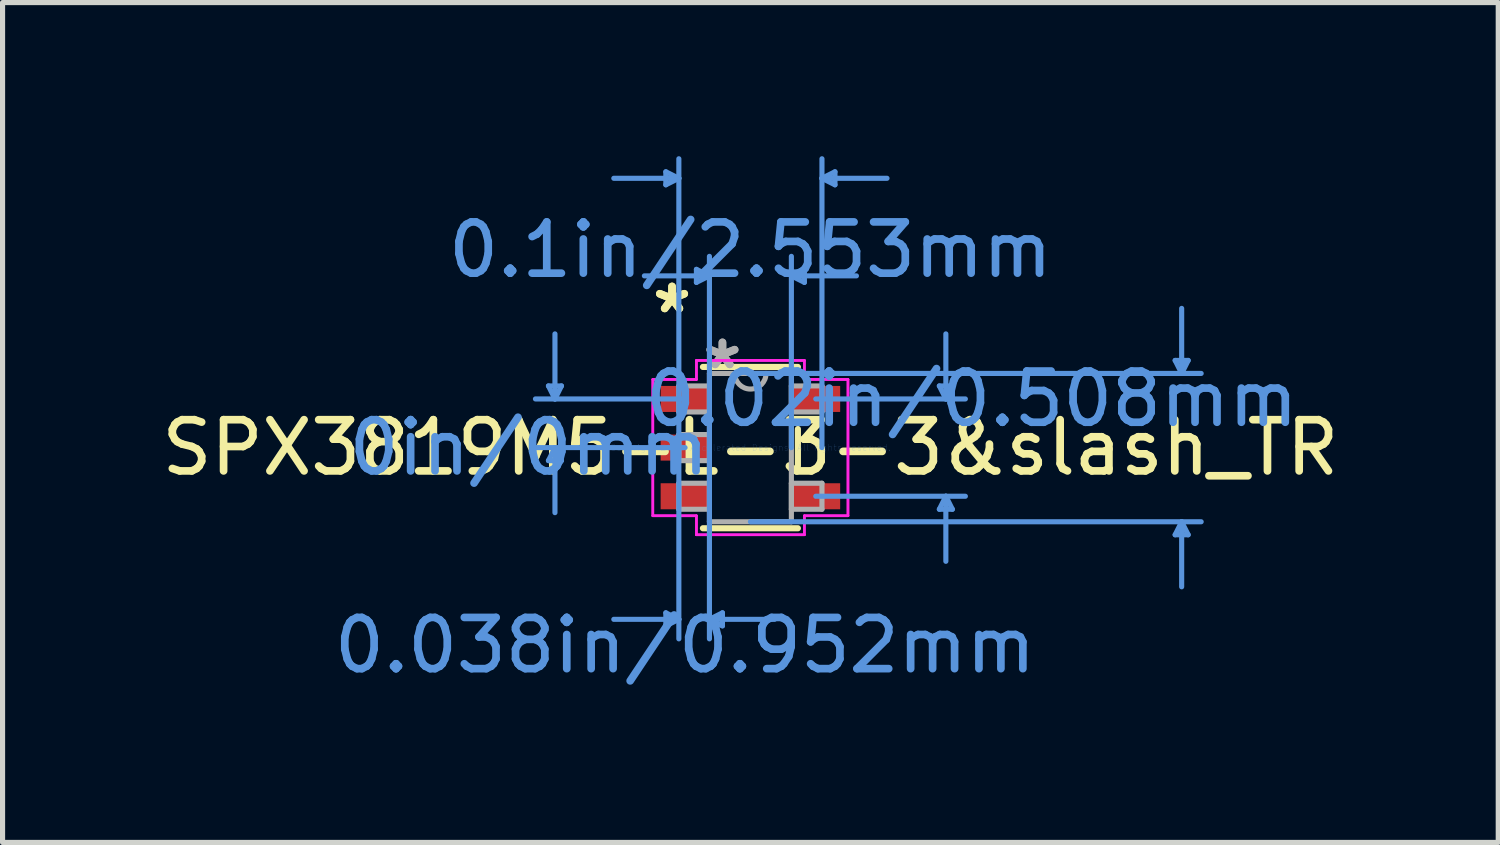
<source format=kicad_pcb>
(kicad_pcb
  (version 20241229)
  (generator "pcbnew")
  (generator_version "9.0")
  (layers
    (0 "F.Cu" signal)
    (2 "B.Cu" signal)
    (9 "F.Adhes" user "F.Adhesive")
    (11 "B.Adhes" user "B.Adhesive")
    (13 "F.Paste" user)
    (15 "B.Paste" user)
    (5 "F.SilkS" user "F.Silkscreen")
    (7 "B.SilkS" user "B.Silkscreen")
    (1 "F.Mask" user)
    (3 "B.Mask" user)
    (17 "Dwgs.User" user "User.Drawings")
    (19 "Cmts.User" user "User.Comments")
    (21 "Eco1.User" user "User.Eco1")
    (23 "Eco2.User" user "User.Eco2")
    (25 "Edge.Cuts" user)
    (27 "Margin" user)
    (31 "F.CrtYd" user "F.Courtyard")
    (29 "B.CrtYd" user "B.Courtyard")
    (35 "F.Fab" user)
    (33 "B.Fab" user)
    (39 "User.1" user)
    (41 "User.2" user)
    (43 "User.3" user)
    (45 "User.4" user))
  (footprint "SPX3819M5-L-3-3&slash_TR"
    (layer "F.Cu")
    (at 11.601 5.689)
    (property "Reference" "SPX3819M5-L-3-3&slash_TR" (at 0 0 0) (layer "F.SilkS") (effects (font (size 1 1) (thickness 0.15))))
    (attr through_hole)
    (fp_line (start -0.927 1.575) (end 0.927 1.575) (stroke (width 0.12) (type solid)) (layer "F.SilkS"))
    (fp_line (start 0.927 -1.575) (end -0.927 -1.575) (stroke (width 0.12) (type solid)) (layer "F.SilkS"))
    (fp_line (start 0.927 0.363) (end 0.927 -0.363) (stroke (width 0.12) (type solid)) (layer "F.SilkS"))
    (fp_line (start -3.943 -1.204) (end -3.689 -1.204) (stroke (width 0.1) (type solid)) (layer "Cmts.User"))
    (fp_line (start -3.943 0.254) (end -3.689 0.254) (stroke (width 0.1) (type solid)) (layer "Cmts.User"))
    (fp_line (start -3.816 -0.95) (end -3.943 -1.204) (stroke (width 0.1) (type solid)) (layer "Cmts.User"))
    (fp_line (start -3.816 -0.95) (end -3.816 -2.22) (stroke (width 0.1) (type solid)) (layer "Cmts.User"))
    (fp_line (start -3.816 -0.95) (end -3.689 -1.204) (stroke (width 0.1) (type solid)) (layer "Cmts.User"))
    (fp_line (start -3.816 0) (end -3.943 0.254) (stroke (width 0.1) (type solid)) (layer "Cmts.User"))
    (fp_line (start -3.816 0) (end -3.816 1.27) (stroke (width 0.1) (type solid)) (layer "Cmts.User"))
    (fp_line (start -3.816 0) (end -3.689 0.254) (stroke (width 0.1) (type solid)) (layer "Cmts.User"))
    (fp_line (start -1.651 -5.385) (end -1.651 -5.131) (stroke (width 0.1) (type solid)) (layer "Cmts.User"))
    (fp_line (start -1.651 3.226) (end -1.651 3.48) (stroke (width 0.1) (type solid)) (layer "Cmts.User"))
    (fp_line (start -1.397 -5.258) (end -2.667 -5.258) (stroke (width 0.1) (type solid)) (layer "Cmts.User"))
    (fp_line (start -1.397 -5.258) (end -1.651 -5.385) (stroke (width 0.1) (type solid)) (layer "Cmts.User"))
    (fp_line (start -1.397 -5.258) (end -1.651 -5.131) (stroke (width 0.1) (type solid)) (layer "Cmts.User"))
    (fp_line (start -1.397 0) (end -1.397 -5.639) (stroke (width 0.1) (type solid)) (layer "Cmts.User"))
    (fp_line (start -1.397 0) (end -1.397 3.734) (stroke (width 0.1) (type solid)) (layer "Cmts.User"))
    (fp_line (start -1.397 3.353) (end -2.667 3.353) (stroke (width 0.1) (type solid)) (layer "Cmts.User"))
    (fp_line (start -1.397 3.353) (end -1.651 3.226) (stroke (width 0.1) (type solid)) (layer "Cmts.User"))
    (fp_line (start -1.397 3.353) (end -1.651 3.48) (stroke (width 0.1) (type solid)) (layer "Cmts.User"))
    (fp_line (start -1.276 -0.95) (end -4.197 -0.95) (stroke (width 0.1) (type solid)) (layer "Cmts.User"))
    (fp_line (start -1.276 0) (end -4.197 0) (stroke (width 0.1) (type solid)) (layer "Cmts.User"))
    (fp_line (start -1.054 -3.48) (end -1.054 -3.226) (stroke (width 0.1) (type solid)) (layer "Cmts.User"))
    (fp_line (start -0.8 -3.353) (end -2.07 -3.353) (stroke (width 0.1) (type solid)) (layer "Cmts.User"))
    (fp_line (start -0.8 -3.353) (end -1.054 -3.48) (stroke (width 0.1) (type solid)) (layer "Cmts.User"))
    (fp_line (start -0.8 -3.353) (end -1.054 -3.226) (stroke (width 0.1) (type solid)) (layer "Cmts.User"))
    (fp_line (start -0.8 0) (end -0.8 -3.734) (stroke (width 0.1) (type solid)) (layer "Cmts.User"))
    (fp_line (start -0.8 0) (end -0.8 3.734) (stroke (width 0.1) (type solid)) (layer "Cmts.User"))
    (fp_line (start -0.8 3.353) (end -0.546 3.226) (stroke (width 0.1) (type solid)) (layer "Cmts.User"))
    (fp_line (start -0.8 3.353) (end -0.546 3.48) (stroke (width 0.1) (type solid)) (layer "Cmts.User"))
    (fp_line (start -0.8 3.353) (end 0.47 3.353) (stroke (width 0.1) (type solid)) (layer "Cmts.User"))
    (fp_line (start -0.546 3.226) (end -0.546 3.48) (stroke (width 0.1) (type solid)) (layer "Cmts.User"))
    (fp_line (start 0 -1.448) (end 8.801 -1.448) (stroke (width 0.1) (type solid)) (layer "Cmts.User"))
    (fp_line (start 0 1.448) (end 8.801 1.448) (stroke (width 0.1) (type solid)) (layer "Cmts.User"))
    (fp_line (start 0.8 -3.353) (end 1.054 -3.48) (stroke (width 0.1) (type solid)) (layer "Cmts.User"))
    (fp_line (start 0.8 -3.353) (end 1.054 -3.226) (stroke (width 0.1) (type solid)) (layer "Cmts.User"))
    (fp_line (start 0.8 -3.353) (end 2.07 -3.353) (stroke (width 0.1) (type solid)) (layer "Cmts.User"))
    (fp_line (start 0.8 0) (end 0.8 -3.734) (stroke (width 0.1) (type solid)) (layer "Cmts.User"))
    (fp_line (start 1.054 -3.48) (end 1.054 -3.226) (stroke (width 0.1) (type solid)) (layer "Cmts.User"))
    (fp_line (start 1.276 -0.95) (end 4.197 -0.95) (stroke (width 0.1) (type solid)) (layer "Cmts.User"))
    (fp_line (start 1.276 0.95) (end 4.197 0.95) (stroke (width 0.1) (type solid)) (layer "Cmts.User"))
    (fp_line (start 1.397 -5.258) (end 1.651 -5.385) (stroke (width 0.1) (type solid)) (layer "Cmts.User"))
    (fp_line (start 1.397 -5.258) (end 1.651 -5.131) (stroke (width 0.1) (type solid)) (layer "Cmts.User"))
    (fp_line (start 1.397 -5.258) (end 2.667 -5.258) (stroke (width 0.1) (type solid)) (layer "Cmts.User"))
    (fp_line (start 1.397 0) (end 1.397 -5.639) (stroke (width 0.1) (type solid)) (layer "Cmts.User"))
    (fp_line (start 1.651 -5.385) (end 1.651 -5.131) (stroke (width 0.1) (type solid)) (layer "Cmts.User"))
    (fp_line (start 3.689 -1.204) (end 3.943 -1.204) (stroke (width 0.1) (type solid)) (layer "Cmts.User"))
    (fp_line (start 3.689 1.204) (end 3.943 1.204) (stroke (width 0.1) (type solid)) (layer "Cmts.User"))
    (fp_line (start 3.816 -0.95) (end 3.689 -1.204) (stroke (width 0.1) (type solid)) (layer "Cmts.User"))
    (fp_line (start 3.816 -0.95) (end 3.816 -2.22) (stroke (width 0.1) (type solid)) (layer "Cmts.User"))
    (fp_line (start 3.816 -0.95) (end 3.943 -1.204) (stroke (width 0.1) (type solid)) (layer "Cmts.User"))
    (fp_line (start 3.816 0.95) (end 3.689 1.204) (stroke (width 0.1) (type solid)) (layer "Cmts.User"))
    (fp_line (start 3.816 0.95) (end 3.816 2.22) (stroke (width 0.1) (type solid)) (layer "Cmts.User"))
    (fp_line (start 3.816 0.95) (end 3.943 1.204) (stroke (width 0.1) (type solid)) (layer "Cmts.User"))
    (fp_line (start 8.293 -1.702) (end 8.547 -1.702) (stroke (width 0.1) (type solid)) (layer "Cmts.User"))
    (fp_line (start 8.293 1.702) (end 8.547 1.702) (stroke (width 0.1) (type solid)) (layer "Cmts.User"))
    (fp_line (start 8.42 -1.448) (end 8.293 -1.702) (stroke (width 0.1) (type solid)) (layer "Cmts.User"))
    (fp_line (start 8.42 -1.448) (end 8.42 -2.718) (stroke (width 0.1) (type solid)) (layer "Cmts.User"))
    (fp_line (start 8.42 -1.448) (end 8.547 -1.702) (stroke (width 0.1) (type solid)) (layer "Cmts.User"))
    (fp_line (start 8.42 1.448) (end 8.293 1.702) (stroke (width 0.1) (type solid)) (layer "Cmts.User"))
    (fp_line (start 8.42 1.448) (end 8.42 2.718) (stroke (width 0.1) (type solid)) (layer "Cmts.User"))
    (fp_line (start 8.42 1.448) (end 8.547 1.702) (stroke (width 0.1) (type solid)) (layer "Cmts.User"))
    (fp_line (start -1.905 -1.331) (end -1.054 -1.331) (stroke (width 0.05) (type solid)) (layer "F.CrtYd"))
    (fp_line (start -1.905 -1.331) (end -1.054 -1.331) (stroke (width 0.05) (type solid)) (layer "F.CrtYd"))
    (fp_line (start -1.905 1.331) (end -1.905 -1.331) (stroke (width 0.05) (type solid)) (layer "F.CrtYd"))
    (fp_line (start -1.905 1.331) (end -1.905 -1.331) (stroke (width 0.05) (type solid)) (layer "F.CrtYd"))
    (fp_line (start -1.054 -1.702) (end 1.054 -1.702) (stroke (width 0.05) (type solid)) (layer "F.CrtYd"))
    (fp_line (start -1.054 -1.702) (end 1.054 -1.702) (stroke (width 0.05) (type solid)) (layer "F.CrtYd"))
    (fp_line (start -1.054 -1.331) (end -1.054 -1.702) (stroke (width 0.05) (type solid)) (layer "F.CrtYd"))
    (fp_line (start -1.054 -1.331) (end -1.054 -1.702) (stroke (width 0.05) (type solid)) (layer "F.CrtYd"))
    (fp_line (start -1.054 1.331) (end -1.905 1.331) (stroke (width 0.05) (type solid)) (layer "F.CrtYd"))
    (fp_line (start -1.054 1.331) (end -1.905 1.331) (stroke (width 0.05) (type solid)) (layer "F.CrtYd"))
    (fp_line (start -1.054 1.702) (end -1.054 1.331) (stroke (width 0.05) (type solid)) (layer "F.CrtYd"))
    (fp_line (start -1.054 1.702) (end -1.054 1.331) (stroke (width 0.05) (type solid)) (layer "F.CrtYd"))
    (fp_line (start 1.054 -1.702) (end 1.054 -1.331) (stroke (width 0.05) (type solid)) (layer "F.CrtYd"))
    (fp_line (start 1.054 -1.702) (end 1.054 -1.331) (stroke (width 0.05) (type solid)) (layer "F.CrtYd"))
    (fp_line (start 1.054 -1.331) (end 1.905 -1.331) (stroke (width 0.05) (type solid)) (layer "F.CrtYd"))
    (fp_line (start 1.054 -1.331) (end 1.905 -1.331) (stroke (width 0.05) (type solid)) (layer "F.CrtYd"))
    (fp_line (start 1.054 1.331) (end 1.054 1.702) (stroke (width 0.05) (type solid)) (layer "F.CrtYd"))
    (fp_line (start 1.054 1.331) (end 1.054 1.702) (stroke (width 0.05) (type solid)) (layer "F.CrtYd"))
    (fp_line (start 1.054 1.702) (end -1.054 1.702) (stroke (width 0.05) (type solid)) (layer "F.CrtYd"))
    (fp_line (start 1.054 1.702) (end -1.054 1.702) (stroke (width 0.05) (type solid)) (layer "F.CrtYd"))
    (fp_line (start 1.905 -1.331) (end 1.905 1.331) (stroke (width 0.05) (type solid)) (layer "F.CrtYd"))
    (fp_line (start 1.905 -1.331) (end 1.905 1.331) (stroke (width 0.05) (type solid)) (layer "F.CrtYd"))
    (fp_line (start 1.905 1.331) (end 1.054 1.331) (stroke (width 0.05) (type solid)) (layer "F.CrtYd"))
    (fp_line (start 1.905 1.331) (end 1.054 1.331) (stroke (width 0.05) (type solid)) (layer "F.CrtYd"))
    (fp_line (start -1.397 -1.204) (end -1.397 -0.696) (stroke (width 0.1) (type solid)) (layer "F.Fab"))
    (fp_line (start -1.397 -0.696) (end -0.8 -0.696) (stroke (width 0.1) (type solid)) (layer "F.Fab"))
    (fp_line (start -1.397 -0.254) (end -1.397 0.254) (stroke (width 0.1) (type solid)) (layer "F.Fab"))
    (fp_line (start -1.397 0.254) (end -0.8 0.254) (stroke (width 0.1) (type solid)) (layer "F.Fab"))
    (fp_line (start -1.397 0.696) (end -1.397 1.204) (stroke (width 0.1) (type solid)) (layer "F.Fab"))
    (fp_line (start -1.397 1.204) (end -0.8 1.204) (stroke (width 0.1) (type solid)) (layer "F.Fab"))
    (fp_line (start -0.8 -1.448) (end -0.8 1.448) (stroke (width 0.1) (type solid)) (layer "F.Fab"))
    (fp_line (start -0.8 -1.204) (end -1.397 -1.204) (stroke (width 0.1) (type solid)) (layer "F.Fab"))
    (fp_line (start -0.8 -0.696) (end -0.8 -1.204) (stroke (width 0.1) (type solid)) (layer "F.Fab"))
    (fp_line (start -0.8 -0.254) (end -1.397 -0.254) (stroke (width 0.1) (type solid)) (layer "F.Fab"))
    (fp_line (start -0.8 0.254) (end -0.8 -0.254) (stroke (width 0.1) (type solid)) (layer "F.Fab"))
    (fp_line (start -0.8 0.696) (end -1.397 0.696) (stroke (width 0.1) (type solid)) (layer "F.Fab"))
    (fp_line (start -0.8 1.204) (end -0.8 0.696) (stroke (width 0.1) (type solid)) (layer "F.Fab"))
    (fp_line (start -0.8 1.448) (end 0.8 1.448) (stroke (width 0.1) (type solid)) (layer "F.Fab"))
    (fp_line (start 0.8 -1.448) (end -0.8 -1.448) (stroke (width 0.1) (type solid)) (layer "F.Fab"))
    (fp_line (start 0.8 -1.204) (end 0.8 -0.696) (stroke (width 0.1) (type solid)) (layer "F.Fab"))
    (fp_line (start 0.8 -0.696) (end 1.397 -0.696) (stroke (width 0.1) (type solid)) (layer "F.Fab"))
    (fp_line (start 0.8 0.696) (end 0.8 1.204) (stroke (width 0.1) (type solid)) (layer "F.Fab"))
    (fp_line (start 0.8 1.204) (end 1.397 1.204) (stroke (width 0.1) (type solid)) (layer "F.Fab"))
    (fp_line (start 0.8 1.448) (end 0.8 -1.448) (stroke (width 0.1) (type solid)) (layer "F.Fab"))
    (fp_line (start 1.397 -1.204) (end 0.8 -1.204) (stroke (width 0.1) (type solid)) (layer "F.Fab"))
    (fp_line (start 1.397 -0.696) (end 1.397 -1.204) (stroke (width 0.1) (type solid)) (layer "F.Fab"))
    (fp_line (start 1.397 0.696) (end 0.8 0.696) (stroke (width 0.1) (type solid)) (layer "F.Fab"))
    (fp_line (start 1.397 1.204) (end 1.397 0.696) (stroke (width 0.1) (type solid)) (layer "F.Fab"))
    (fp_arc (start 0.3048 -1.4478) (mid 0 -1.143) (end -0.3048 -1.4478) (stroke (width 0.1) (type solid)) (layer "F.Fab"))
    (fp_text user "*" (at -1.53 -2.601 0) (layer "F.SilkS") (effects (font (size 1 1) (thickness 0.15))))
    (fp_text user "*" (at -1.53 -2.601 0) (layer "F.SilkS") (effects (font (size 1 1) (thickness 0.15))))
    (fp_text user "0.038in/0.952mm" (at -1.276 3.861 0) (layer "Cmts.User") (effects (font (size 1 1) (thickness 0.15))))
    (fp_text user "0in/0mm" (at -4.324 0 0) (layer "Cmts.User") (effects (font (size 1 1) (thickness 0.15))))
    (fp_text user "Copyright 2021 Accelerated Designs. All rights reserved." (at 0 0 0) (layer "Cmts.User") (effects (font (size 0.127 0.127) (thickness 0.002))))
    (fp_text user "0.02in/0.508mm" (at 4.324 -0.95 0) (layer "Cmts.User") (effects (font (size 1 1) (thickness 0.15))))
    (fp_text user "0.1in/2.553mm" (at 0 -3.861 0) (layer "Cmts.User") (effects (font (size 1 1) (thickness 0.15))))
    (fp_text user "*" (at -0.546 -1.509 0) (layer "F.Fab") (effects (font (size 1 1) (thickness 0.15))))
    (fp_text user "*" (at -0.546 -1.509 0) (layer "F.Fab") (effects (font (size 1 1) (thickness 0.15))))
    (pad "1" smd rect (at -1.276 -0.95) (size 0.953 0.508) (layers "F.Cu" "F.Mask" "F.Paste"))
    (pad "2" smd rect (at -1.276 0) (size 0.953 0.508) (layers "F.Cu" "F.Mask" "F.Paste"))
    (pad "3" smd rect (at -1.276 0.95) (size 0.953 0.508) (layers "F.Cu" "F.Mask" "F.Paste"))
    (pad "4" smd rect (at 1.276 0.95) (size 0.953 0.508) (layers "F.Cu" "F.Mask" "F.Paste"))
    (pad "5" smd rect (at 1.276 -0.95) (size 0.953 0.508) (layers "F.Cu" "F.Mask" "F.Paste")))
  (gr_rect
    (start -3 -3)
    (end 26.202 13.398)
    (stroke (width 0.1) (type default))
    (fill no)
    (layer "Edge.Cuts")))
</source>
